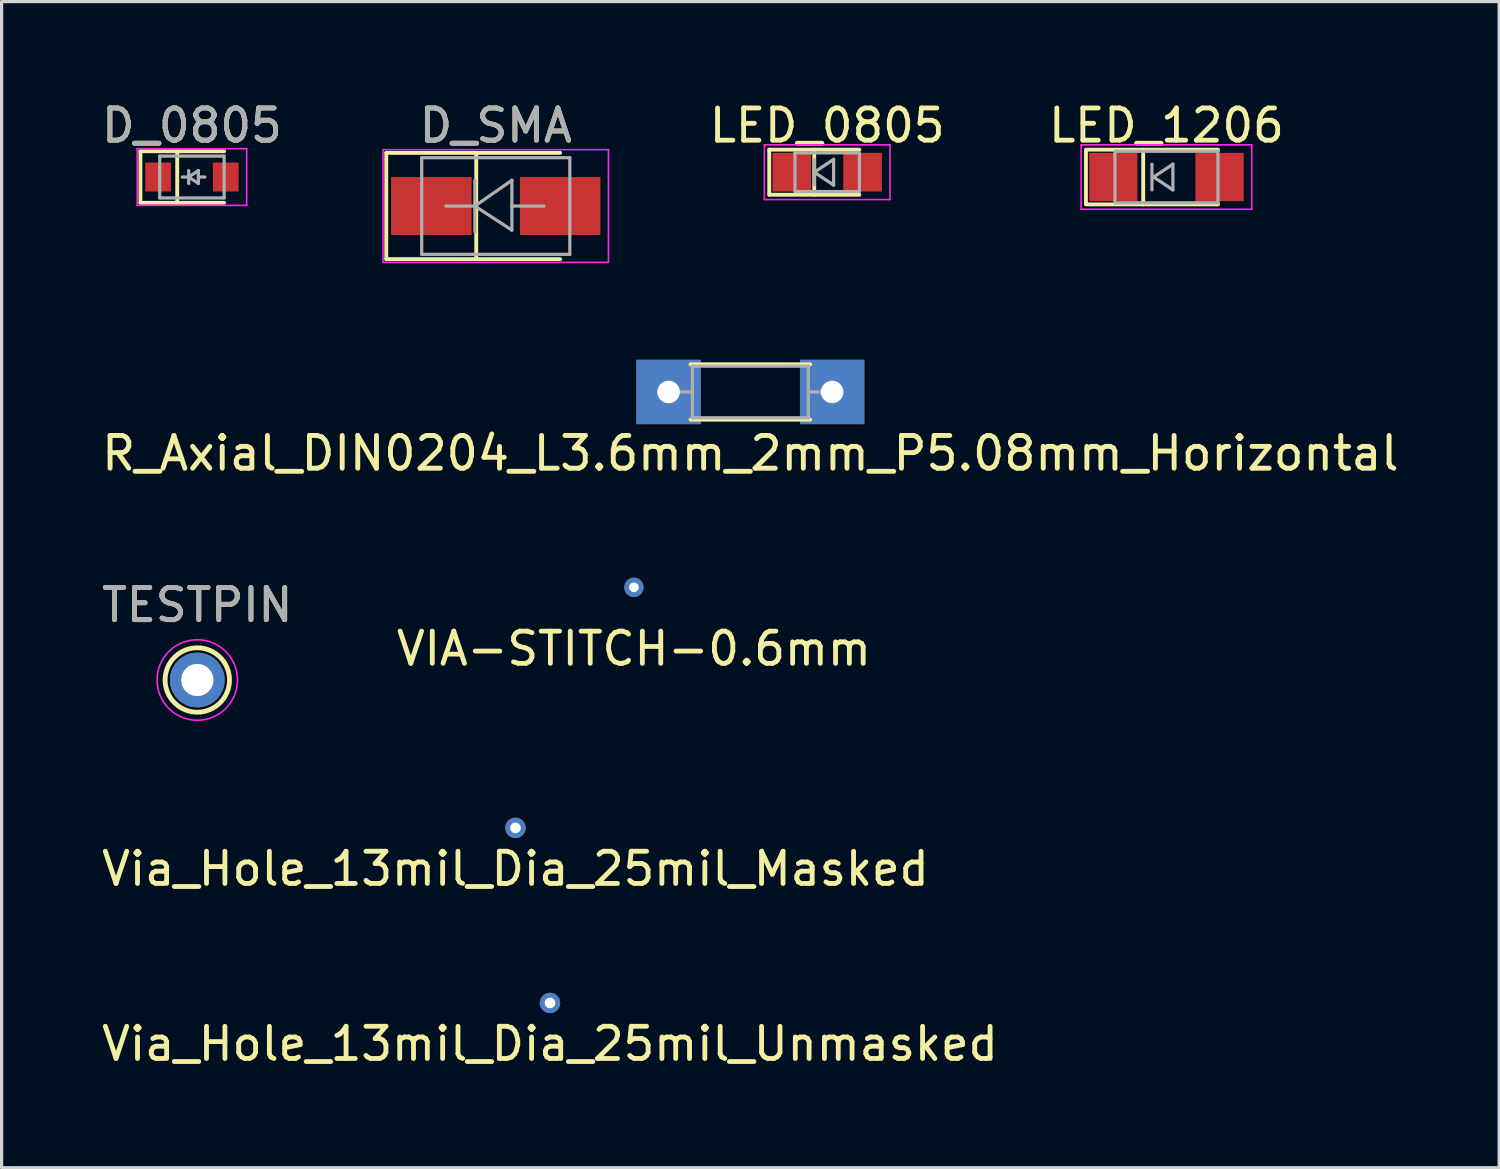
<source format=kicad_pcb>
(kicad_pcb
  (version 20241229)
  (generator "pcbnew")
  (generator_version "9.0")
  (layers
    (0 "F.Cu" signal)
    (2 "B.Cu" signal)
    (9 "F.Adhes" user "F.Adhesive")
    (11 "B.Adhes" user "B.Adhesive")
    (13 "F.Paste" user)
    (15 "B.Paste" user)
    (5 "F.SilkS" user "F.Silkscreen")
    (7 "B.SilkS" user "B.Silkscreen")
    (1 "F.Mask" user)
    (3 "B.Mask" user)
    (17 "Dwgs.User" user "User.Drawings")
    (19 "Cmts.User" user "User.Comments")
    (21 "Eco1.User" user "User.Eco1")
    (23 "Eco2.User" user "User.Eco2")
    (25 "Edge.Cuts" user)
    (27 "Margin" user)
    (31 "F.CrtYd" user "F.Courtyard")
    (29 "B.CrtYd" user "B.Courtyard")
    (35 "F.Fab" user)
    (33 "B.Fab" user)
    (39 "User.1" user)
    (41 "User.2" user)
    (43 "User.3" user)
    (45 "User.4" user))
  (footprint "D_SMA"
    (layer "F.Cu")
    (at 12.346 3.348)
    (property "Reference" "D_SMA" (at 0 -2.5 0) (layer "F.SilkS") (effects (font (size 1 1) (thickness 0.15))))
    (attr smd)
    (fp_line (start -3.4 -1.65) (end -3.4 1.65) (stroke (width 0.12) (type solid)) (layer "F.SilkS"))
    (fp_line (start -3.4 -1.65) (end 2 -1.65) (stroke (width 0.12) (type solid)) (layer "F.SilkS"))
    (fp_line (start -3.4 1.65) (end 2 1.65) (stroke (width 0.12) (type solid)) (layer "F.SilkS"))
    (fp_line (start -0.606 -1.65) (end -0.606 1.65) (stroke (width 0.12) (type solid)) (layer "F.SilkS"))
    (fp_line (start -3.5 -1.75) (end 3.5 -1.75) (stroke (width 0.05) (type solid)) (layer "F.CrtYd"))
    (fp_line (start -3.5 1.75) (end -3.5 -1.75) (stroke (width 0.05) (type solid)) (layer "F.CrtYd"))
    (fp_line (start 3.5 -1.75) (end 3.5 1.75) (stroke (width 0.05) (type solid)) (layer "F.CrtYd"))
    (fp_line (start 3.5 1.75) (end -3.5 1.75) (stroke (width 0.05) (type solid)) (layer "F.CrtYd"))
    (fp_line (start -2.3 1.5) (end -2.3 -1.5) (stroke (width 0.1) (type solid)) (layer "F.Fab"))
    (fp_line (start -0.649 -0.799) (end -0.649 0.801) (stroke (width 0.1) (type solid)) (layer "F.Fab"))
    (fp_line (start -0.649 0.001) (end -1.551 0.001) (stroke (width 0.1) (type solid)) (layer "F.Fab"))
    (fp_line (start -0.649 0.001) (end 0.501 -0.799) (stroke (width 0.1) (type solid)) (layer "F.Fab"))
    (fp_line (start -0.649 0.001) (end 0.501 0.75) (stroke (width 0.1) (type solid)) (layer "F.Fab"))
    (fp_line (start 0.501 0.001) (end 1.499 0.001) (stroke (width 0.1) (type solid)) (layer "F.Fab"))
    (fp_line (start 0.501 0.75) (end 0.501 -0.799) (stroke (width 0.1) (type solid)) (layer "F.Fab"))
    (fp_line (start 2.3 -1.5) (end -2.3 -1.5) (stroke (width 0.1) (type solid)) (layer "F.Fab"))
    (fp_line (start 2.3 -1.5) (end 2.3 1.5) (stroke (width 0.1) (type solid)) (layer "F.Fab"))
    (fp_line (start 2.3 1.5) (end -2.3 1.5) (stroke (width 0.1) (type solid)) (layer "F.Fab"))
    (fp_text user "${REFERENCE}" (at 0 -2.5 0) (layer "F.Fab") (effects (font (size 1 1) (thickness 0.15))))
    (pad "1" smd rect (at -2 0) (size 2.5 1.8) (layers "F.Cu" "F.Mask" "F.Paste"))
    (pad "2" smd rect (at 2 0) (size 2.5 1.8) (layers "F.Cu" "F.Mask" "F.Paste")))
  (footprint "LED_0805"
    (layer "F.Cu")
    (at 22.639 2.298)
    (property "Reference" "LED_0805" (at 0 -1.45 0) (layer "F.SilkS") (effects (font (size 1 1) (thickness 0.15))))
    (attr smd)
    (fp_line (start -1.8 -0.7) (end -1.8 0.7) (stroke (width 0.12) (type solid)) (layer "F.SilkS"))
    (fp_line (start -1.8 -0.7) (end 1 -0.7) (stroke (width 0.12) (type solid)) (layer "F.SilkS"))
    (fp_line (start -1.8 0.7) (end 1 0.7) (stroke (width 0.12) (type solid)) (layer "F.SilkS"))
    (fp_line (start -0.403 -0.7) (end -0.403 0.7) (stroke (width 0.12) (type solid)) (layer "F.SilkS"))
    (fp_line (start -1.95 -0.85) (end 1.95 -0.85) (stroke (width 0.05) (type solid)) (layer "F.CrtYd"))
    (fp_line (start -1.95 0.85) (end -1.95 -0.85) (stroke (width 0.05) (type solid)) (layer "F.CrtYd"))
    (fp_line (start 1.95 -0.85) (end 1.95 0.85) (stroke (width 0.05) (type solid)) (layer "F.CrtYd"))
    (fp_line (start 1.95 0.85) (end -1.95 0.85) (stroke (width 0.05) (type solid)) (layer "F.CrtYd"))
    (fp_line (start -1 -0.6) (end 1 -0.6) (stroke (width 0.1) (type solid)) (layer "F.Fab"))
    (fp_line (start -1 0.6) (end -1 -0.6) (stroke (width 0.1) (type solid)) (layer "F.Fab"))
    (fp_line (start -0.4 -0.4) (end -0.4 0.4) (stroke (width 0.1) (type solid)) (layer "F.Fab"))
    (fp_line (start -0.4 0) (end 0.2 -0.4) (stroke (width 0.1) (type solid)) (layer "F.Fab"))
    (fp_line (start 0.2 -0.4) (end 0.2 0.4) (stroke (width 0.1) (type solid)) (layer "F.Fab"))
    (fp_line (start 0.2 0.4) (end -0.4 0) (stroke (width 0.1) (type solid)) (layer "F.Fab"))
    (fp_line (start 1 -0.6) (end 1 0.6) (stroke (width 0.1) (type solid)) (layer "F.Fab"))
    (fp_line (start 1 0.6) (end -1 0.6) (stroke (width 0.1) (type solid)) (layer "F.Fab"))
    (pad "1" smd rect (at -1.1 0 180) (size 1.2 1.2) (layers "F.Cu" "F.Mask" "F.Paste"))
    (pad "2" smd rect (at 1.1 0 180) (size 1.2 1.2) (layers "F.Cu" "F.Mask" "F.Paste")))
  (footprint "LED_1206"
    (layer "F.Cu")
    (at 33.175 2.448)
    (property "Reference" "LED_1206" (at 0 -1.6 0) (layer "F.SilkS") (effects (font (size 1 1) (thickness 0.15))))
    (attr smd)
    (fp_line (start -2.5 -0.85) (end -2.5 0.85) (stroke (width 0.12) (type solid)) (layer "F.SilkS"))
    (fp_line (start -2.45 -0.85) (end 1.6 -0.85) (stroke (width 0.12) (type solid)) (layer "F.SilkS"))
    (fp_line (start -2.45 0.85) (end 1.6 0.85) (stroke (width 0.12) (type solid)) (layer "F.SilkS"))
    (fp_line (start -0.722 -0.85) (end -0.722 0.85) (stroke (width 0.12) (type solid)) (layer "F.SilkS"))
    (fp_line (start -2.65 -1) (end 2.65 -1) (stroke (width 0.05) (type solid)) (layer "F.CrtYd"))
    (fp_line (start -2.65 1) (end -2.65 -1) (stroke (width 0.05) (type solid)) (layer "F.CrtYd"))
    (fp_line (start 2.65 -1) (end 2.65 1) (stroke (width 0.05) (type solid)) (layer "F.CrtYd"))
    (fp_line (start 2.65 1) (end -2.65 1) (stroke (width 0.05) (type solid)) (layer "F.CrtYd"))
    (fp_line (start -1.6 -0.8) (end 1.6 -0.8) (stroke (width 0.1) (type solid)) (layer "F.Fab"))
    (fp_line (start -1.6 0.8) (end -1.6 -0.8) (stroke (width 0.1) (type solid)) (layer "F.Fab"))
    (fp_line (start -0.45 -0.4) (end -0.45 0.4) (stroke (width 0.1) (type solid)) (layer "F.Fab"))
    (fp_line (start -0.4 0) (end 0.2 -0.4) (stroke (width 0.1) (type solid)) (layer "F.Fab"))
    (fp_line (start 0.2 -0.4) (end 0.2 0.4) (stroke (width 0.1) (type solid)) (layer "F.Fab"))
    (fp_line (start 0.2 0.4) (end -0.4 0) (stroke (width 0.1) (type solid)) (layer "F.Fab"))
    (fp_line (start 1.6 -0.8) (end 1.6 0.8) (stroke (width 0.1) (type solid)) (layer "F.Fab"))
    (fp_line (start 1.6 0.8) (end -1.6 0.8) (stroke (width 0.1) (type solid)) (layer "F.Fab"))
    (pad "1" smd rect (at -1.65 0 180) (size 1.5 1.5) (layers "F.Cu" "F.Mask" "F.Paste"))
    (pad "2" smd rect (at 1.65 0 180) (size 1.5 1.5) (layers "F.Cu" "F.Mask" "F.Paste")))
  (footprint "TESTPIN"
    (layer "F.Cu")
    (at 3.077 18.068)
    (property "Reference" "TESTPIN" (at 0 -2.33 0) (layer "F.SilkS") (effects (font (size 1 1) (thickness 0.15))))
    (attr through_hole)
    (fp_circle (center 0 0) (end 1 0) (stroke (width 0.15) (type solid)) (fill no) (layer "F.SilkS"))
    (fp_circle (center 0 0) (end 1.25 0) (stroke (width 0.05) (type solid)) (fill no) (layer "F.CrtYd"))
    (fp_text user "${REFERENCE}" (at 0 -2.33 0) (layer "F.Fab") (effects (font (size 1 1) (thickness 0.15))))
    (pad "1" thru_hole oval (at 0 0) (size 1.7 1.7) (drill 1) (layers "*.Cu" "*.Mask")))
  (footprint "VIA-STITCH-0.6mm"
    (layer "F.Cu")
    (at 16.637 15.19)
    (property "Reference" "VIA-STITCH-0.6mm" (at 0 1.905 0) (layer "F.SilkS") (effects (font (size 1 1) (thickness 0.15))))
    (attr through_hole)
    (pad "1" thru_hole circle (at 0 0) (size 0.6 0.6) (drill 0.3) (layers "*.Cu")))
  (footprint "D_0805"
    (layer "F.Cu")
    (at 2.911 2.448)
    (property "Reference" "D_0805" (at 0 -1.6 0) (layer "F.SilkS") (effects (font (size 1 1) (thickness 0.15))))
    (attr smd)
    (fp_line (start -1.6 -0.8) (end -1.6 0.8) (stroke (width 0.12) (type solid)) (layer "F.SilkS"))
    (fp_line (start -1.6 -0.8) (end 1 -0.8) (stroke (width 0.12) (type solid)) (layer "F.SilkS"))
    (fp_line (start -1.6 0.8) (end 1 0.8) (stroke (width 0.12) (type solid)) (layer "F.SilkS"))
    (fp_line (start -0.457 -0.8) (end -0.457 0.8) (stroke (width 0.12) (type solid)) (layer "F.SilkS"))
    (fp_line (start -1.7 -0.88) (end 1.7 -0.88) (stroke (width 0.05) (type solid)) (layer "F.CrtYd"))
    (fp_line (start -1.7 0.88) (end -1.7 -0.88) (stroke (width 0.05) (type solid)) (layer "F.CrtYd"))
    (fp_line (start 1.7 -0.88) (end 1.7 0.88) (stroke (width 0.05) (type solid)) (layer "F.CrtYd"))
    (fp_line (start 1.7 0.88) (end -1.7 0.88) (stroke (width 0.05) (type solid)) (layer "F.CrtYd"))
    (fp_line (start -1 -0.65) (end 1 -0.65) (stroke (width 0.1) (type solid)) (layer "F.Fab"))
    (fp_line (start -1 0.65) (end -1 -0.65) (stroke (width 0.1) (type solid)) (layer "F.Fab"))
    (fp_line (start -0.1 -0.2) (end -0.1 0.2) (stroke (width 0.1) (type solid)) (layer "F.Fab"))
    (fp_line (start -0.1 0) (end -0.3 0) (stroke (width 0.1) (type solid)) (layer "F.Fab"))
    (fp_line (start -0.1 0) (end 0.2 0.2) (stroke (width 0.1) (type solid)) (layer "F.Fab"))
    (fp_line (start 0.2 -0.2) (end -0.1 0) (stroke (width 0.1) (type solid)) (layer "F.Fab"))
    (fp_line (start 0.2 0) (end 0.4 0) (stroke (width 0.1) (type solid)) (layer "F.Fab"))
    (fp_line (start 0.2 0.2) (end 0.2 -0.2) (stroke (width 0.1) (type solid)) (layer "F.Fab"))
    (fp_line (start 1 -0.65) (end 1 0.65) (stroke (width 0.1) (type solid)) (layer "F.Fab"))
    (fp_line (start 1 0.65) (end -1 0.65) (stroke (width 0.1) (type solid)) (layer "F.Fab"))
    (fp_text user "${REFERENCE}" (at 0 -1.6 0) (layer "F.Fab") (effects (font (size 1 1) (thickness 0.15))))
    (pad "1" smd rect (at -1.05 0) (size 0.8 0.9) (layers "F.Cu" "F.Mask" "F.Paste"))
    (pad "2" smd rect (at 1.05 0) (size 0.8 0.9) (layers "F.Cu" "F.Mask" "F.Paste")))
  (footprint "Via_Hole_13mil_Dia_25mil_Masked"
    (layer "F.Cu")
    (at 12.958 22.661)
    (property "Reference" "Via_Hole_13mil_Dia_25mil_Masked" (at 0 1.27 0) (layer "F.SilkS") (effects (font (size 1 1) (thickness 0.15))))
    (attr through_hole)
    (pad "1" thru_hole circle (at 0 0) (size 0.635 0.635) (drill 0.33) (layers "*.Cu")))
  (footprint "Via_Hole_13mil_Dia_25mil_Unmasked"
    (layer "F.Cu")
    (at 14.03 28.097)
    (property "Reference" "Via_Hole_13mil_Dia_25mil_Unmasked" (at 0 1.27 0) (layer "F.SilkS") (effects (font (size 1 1) (thickness 0.15))))
    (attr through_hole)
    (pad "1" thru_hole circle (at 0 0) (size 0.635 0.635) (drill 0.33) (layers "*.Cu" "*.Mask")))
  (footprint "R_Axial_DIN0204_L3.6mm_2mm_P5.08mm_Horizontal"
    (layer "F.Cu")
    (at 17.713 9.123)
    (property "Reference" "R_Axial_DIN0204_L3.6mm_2mm_P5.08mm_Horizontal" (at 2.54 1.905 0) (layer "F.SilkS") (effects (font (size 1.016 1.016) (thickness 0.152))))
    (attr through_hole)
    (fp_line (start 0.68 -0.86) (end 4.4 -0.86) (stroke (width 0.12) (type solid)) (layer "F.SilkS"))
    (fp_line (start 0.68 0.86) (end 4.4 0.86) (stroke (width 0.12) (type solid)) (layer "F.SilkS"))
    (fp_line (start 0 0) (end 0.74 0) (stroke (width 0.1) (type solid)) (layer "F.Fab"))
    (fp_line (start 0.74 -0.8) (end 0.74 0.8) (stroke (width 0.1) (type solid)) (layer "F.Fab"))
    (fp_line (start 0.74 0.8) (end 4.34 0.8) (stroke (width 0.1) (type solid)) (layer "F.Fab"))
    (fp_line (start 4.34 -0.8) (end 0.74 -0.8) (stroke (width 0.1) (type solid)) (layer "F.Fab"))
    (fp_line (start 4.34 0.8) (end 4.34 -0.8) (stroke (width 0.1) (type solid)) (layer "F.Fab"))
    (fp_line (start 5.08 0) (end 4.34 0) (stroke (width 0.1) (type solid)) (layer "F.Fab"))
    (pad "1" thru_hole rect (at 0 0) (size 2 2) (drill 0.7) (layers "*.Cu" "*.Mask"))
    (pad "2" thru_hole rect (at 5.08 0) (size 2 2) (drill 0.7) (layers "*.Cu" "*.Mask")))
  (gr_rect
    (start -3 -3)
    (end 43.507 33.215)
    (stroke (width 0.1) (type default))
    (fill no)
    (layer "Edge.Cuts")))
</source>
